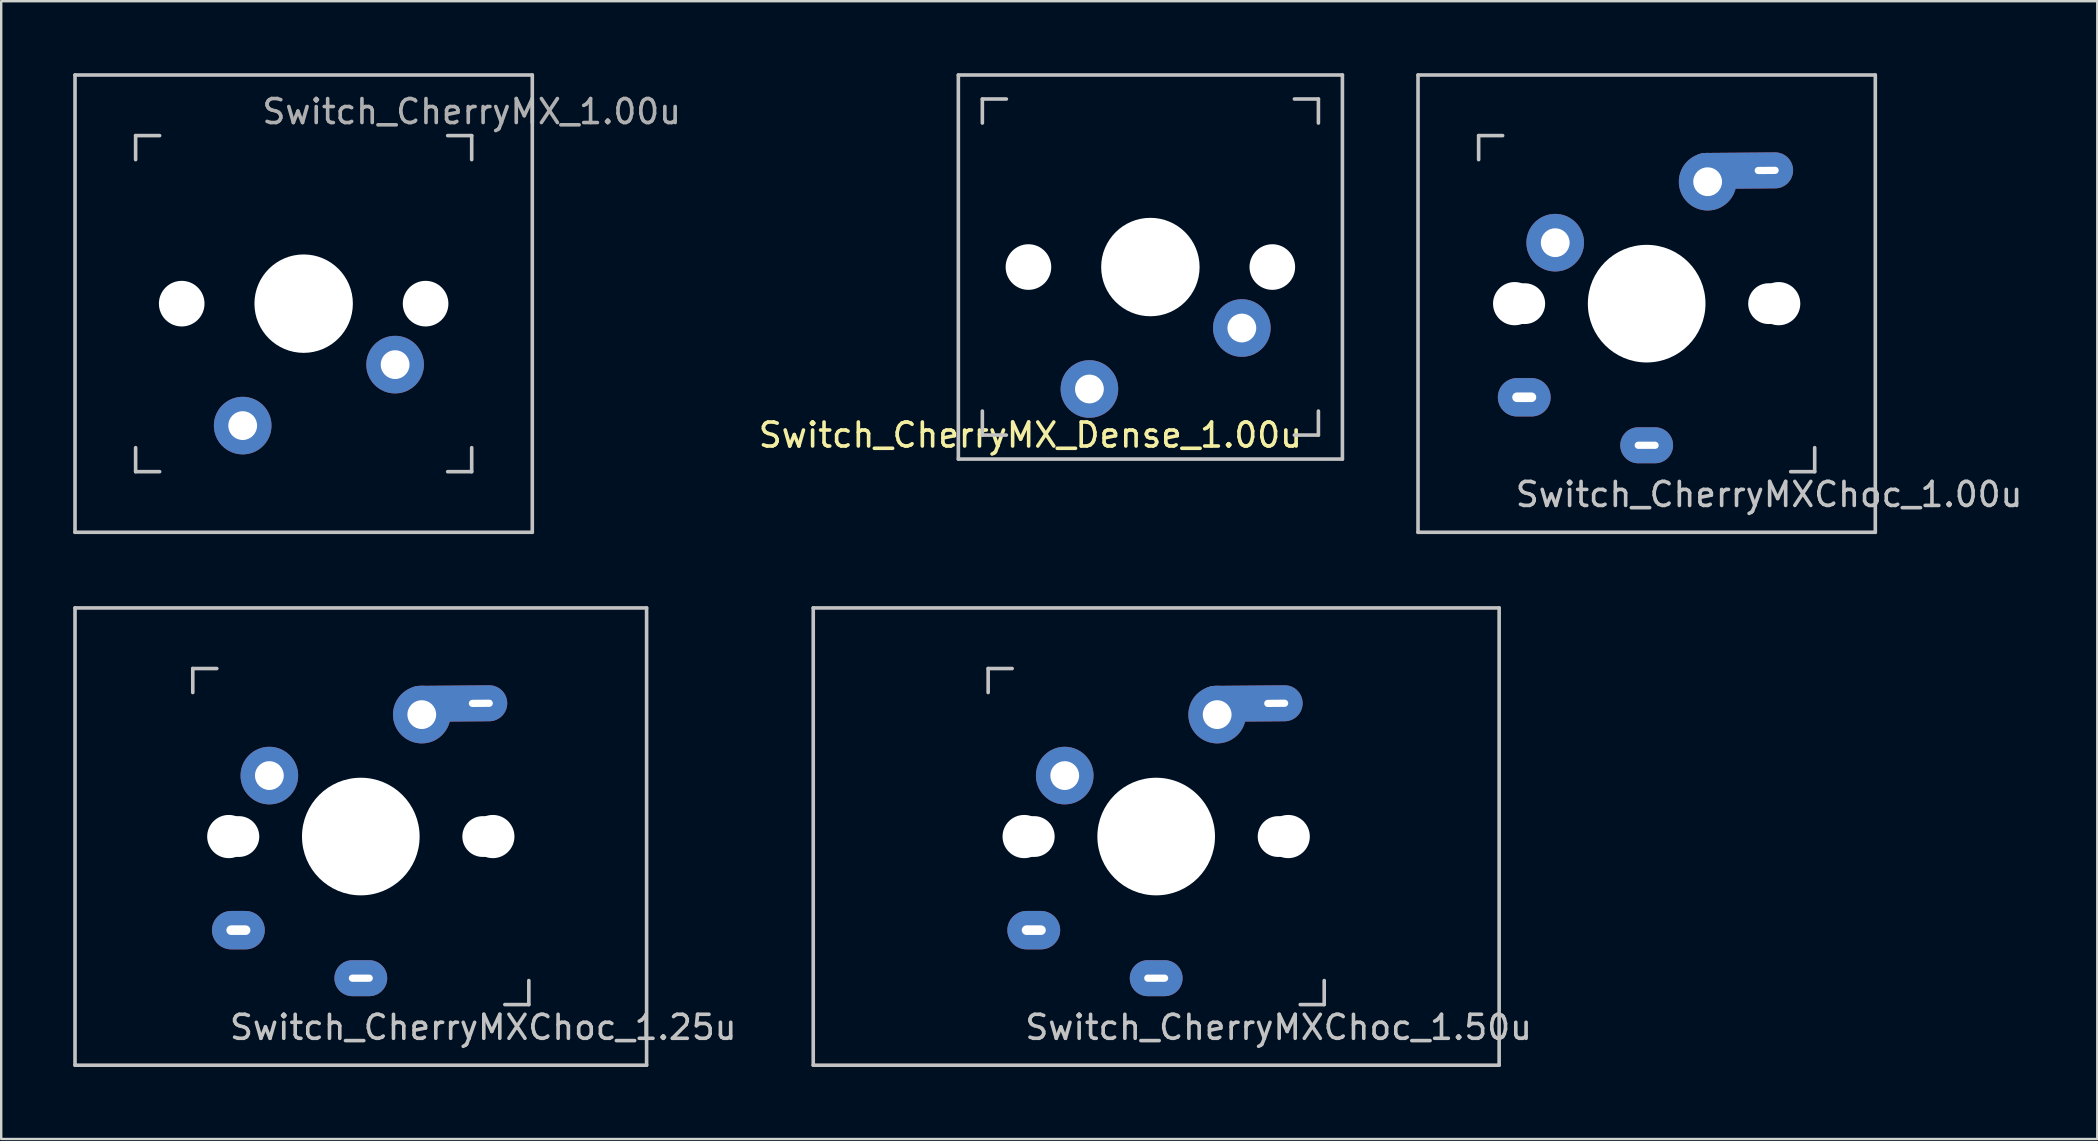
<source format=kicad_pcb>
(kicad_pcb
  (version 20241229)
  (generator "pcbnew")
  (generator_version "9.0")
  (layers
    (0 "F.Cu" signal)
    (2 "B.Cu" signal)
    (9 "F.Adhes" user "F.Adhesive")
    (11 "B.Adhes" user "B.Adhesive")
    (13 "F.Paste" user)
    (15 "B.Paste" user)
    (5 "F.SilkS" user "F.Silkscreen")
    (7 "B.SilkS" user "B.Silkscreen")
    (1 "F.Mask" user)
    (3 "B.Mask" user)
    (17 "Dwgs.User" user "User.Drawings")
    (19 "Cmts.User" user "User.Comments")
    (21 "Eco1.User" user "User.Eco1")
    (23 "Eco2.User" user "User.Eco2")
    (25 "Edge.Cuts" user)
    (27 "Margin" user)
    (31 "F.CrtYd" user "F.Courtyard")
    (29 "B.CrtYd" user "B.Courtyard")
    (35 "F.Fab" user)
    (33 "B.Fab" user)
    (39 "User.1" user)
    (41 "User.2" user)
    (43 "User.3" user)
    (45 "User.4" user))
  (footprint "Switch_CherryMXChoc_1.00u"
    (layer "F.Cu")
    (at 65.549 9.6)
    (property "Reference" "Switch_CherryMXChoc_1.00u" (at 5.1 7.95 180) (layer "Dwgs.User") (effects (font (size 1 1) (thickness 0.15))))
    (attr through_hole)
    (fp_line (start -9.525 -9.525) (end 9.525 -9.525) (stroke (width 0.15) (type solid)) (layer "Dwgs.User"))
    (fp_line (start -9.525 9.525) (end -9.525 -9.525) (stroke (width 0.15) (type solid)) (layer "Dwgs.User"))
    (fp_line (start -7 -7) (end -6 -7) (stroke (width 0.15) (type solid)) (layer "Dwgs.User"))
    (fp_line (start -7 -6) (end -7 -7) (stroke (width 0.15) (type solid)) (layer "Dwgs.User"))
    (fp_line (start 6 7) (end 7 7) (stroke (width 0.15) (type solid)) (layer "Dwgs.User"))
    (fp_line (start 7 7) (end 7 6) (stroke (width 0.15) (type solid)) (layer "Dwgs.User"))
    (fp_line (start 9.525 -9.525) (end 9.525 9.525) (stroke (width 0.15) (type solid)) (layer "Dwgs.User"))
    (fp_line (start 9.525 9.525) (end -9.525 9.525) (stroke (width 0.15) (type solid)) (layer "Dwgs.User"))
    (pad "" np_thru_hole circle (at -5.5 0 90) (size 1.8 1.8) (drill 1.8) (layers "*.Cu" "*.Mask"))
    (pad "" np_thru_hole circle (at -5.08 0) (size 1.7 1.7) (drill 1.7) (layers "*.Cu" "*.Mask"))
    (pad "" np_thru_hole circle (at 0 0 90) (size 4.9 4.9) (drill 4.9) (layers "*.Cu" "*.Mask"))
    (pad "" np_thru_hole circle (at 5.08 0) (size 1.7 1.7) (drill 1.7) (layers "*.Cu" "*.Mask"))
    (pad "" np_thru_hole circle (at 5.5 0 90) (size 1.8 1.8) (drill 1.8) (layers "*.Cu" "*.Mask"))
    (pad "1" thru_hole oval (at -5.1 3.9) (size 2.2 1.6) (drill oval 1 0.4) (layers "*.Cu" "B.Mask"))
    (pad "1" thru_hole circle (at -3.81 -2.54) (size 2.4 2.4) (drill 1.2) (layers "*.Cu" "B.Mask"))
    (pad "2" thru_hole oval (at 0 5.9) (size 2.2 1.5) (drill oval 1 0.3) (layers "*.Cu" "B.Mask"))
    (pad "2" thru_hole circle (at 2.54 -5.08) (size 2.4 2.4) (drill 1.2) (layers "*.Cu" "B.Mask"))
    (pad "2" thru_hole oval (at 5 -5.55 0.5) (size 4.4 1.5) (drill oval 1 0.3 (offset -1.1 0)) (layers "*.Cu" "B.Mask")))
  (footprint "Switch_CherryMX_1.00u"
    (layer "F.Cu")
    (at 9.6 9.6)
    (property "Reference" "Switch_CherryMX_1.00u" (at 7 -8 0) (layer "F.Fab") (effects (font (size 1 1) (thickness 0.15))))
    (attr through_hole)
    (fp_line (start -9.525 -9.525) (end 9.525 -9.525) (stroke (width 0.15) (type solid)) (layer "Dwgs.User"))
    (fp_line (start -9.525 9.525) (end -9.525 -9.525) (stroke (width 0.15) (type solid)) (layer "Dwgs.User"))
    (fp_line (start -7 -7) (end -7 -6) (stroke (width 0.15) (type solid)) (layer "Dwgs.User"))
    (fp_line (start -7 7) (end -7 6) (stroke (width 0.15) (type solid)) (layer "Dwgs.User"))
    (fp_line (start -7 7) (end -6 7) (stroke (width 0.15) (type solid)) (layer "Dwgs.User"))
    (fp_line (start -6 -7) (end -7 -7) (stroke (width 0.15) (type solid)) (layer "Dwgs.User"))
    (fp_line (start 7 -7) (end 6 -7) (stroke (width 0.15) (type solid)) (layer "Dwgs.User"))
    (fp_line (start 7 -6) (end 7 -7) (stroke (width 0.15) (type solid)) (layer "Dwgs.User"))
    (fp_line (start 7 6) (end 7 7) (stroke (width 0.15) (type solid)) (layer "Dwgs.User"))
    (fp_line (start 7 7) (end 6 7) (stroke (width 0.15) (type solid)) (layer "Dwgs.User"))
    (fp_line (start 9.525 -9.525) (end 9.525 9.525) (stroke (width 0.15) (type solid)) (layer "Dwgs.User"))
    (fp_line (start 9.525 9.525) (end -9.525 9.525) (stroke (width 0.15) (type solid)) (layer "Dwgs.User"))
    (pad "" np_thru_hole circle (at -5.08 0 180) (size 1.9 1.9) (drill 1.9) (layers "*.Cu" "*.Mask"))
    (pad "" np_thru_hole circle (at 0 0) (size 4.1 4.1) (drill 4.1) (layers "*.Cu" "*.Mask"))
    (pad "" np_thru_hole circle (at 5.08 0 180) (size 1.9 1.9) (drill 1.9) (layers "*.Cu" "*.Mask"))
    (pad "1" thru_hole circle (at -2.54 5.08 180) (size 2.4 2.4) (drill 1.2) (layers "*.Cu" "B.Mask"))
    (pad "2" thru_hole circle (at 3.81 2.54 180) (size 2.4 2.4) (drill 1.2) (layers "*.Cu" "B.Mask")))
  (footprint "Switch_CherryMXChoc_1.50u"
    (layer "F.Cu")
    (at 45.116 31.8)
    (property "Reference" "Switch_CherryMXChoc_1.50u" (at 5.1 7.95 180) (layer "Dwgs.User") (effects (font (size 1 1) (thickness 0.15))))
    (attr through_hole)
    (fp_line (start -14.287 -9.525) (end 14.287 -9.525) (stroke (width 0.15) (type solid)) (layer "Dwgs.User"))
    (fp_line (start -14.287 9.525) (end -14.287 -9.525) (stroke (width 0.15) (type solid)) (layer "Dwgs.User"))
    (fp_line (start -7 -7) (end -6 -7) (stroke (width 0.15) (type solid)) (layer "Dwgs.User"))
    (fp_line (start -7 -6) (end -7 -7) (stroke (width 0.15) (type solid)) (layer "Dwgs.User"))
    (fp_line (start 6 7) (end 7 7) (stroke (width 0.15) (type solid)) (layer "Dwgs.User"))
    (fp_line (start 7 7) (end 7 6) (stroke (width 0.15) (type solid)) (layer "Dwgs.User"))
    (fp_line (start 14.287 -9.525) (end 14.287 9.525) (stroke (width 0.15) (type solid)) (layer "Dwgs.User"))
    (fp_line (start 14.287 9.525) (end -14.287 9.525) (stroke (width 0.15) (type solid)) (layer "Dwgs.User"))
    (pad "" np_thru_hole circle (at -5.5 0 90) (size 1.8 1.8) (drill 1.8) (layers "*.Cu" "*.Mask"))
    (pad "" np_thru_hole circle (at -5.08 0) (size 1.7 1.7) (drill 1.7) (layers "*.Cu" "*.Mask"))
    (pad "" np_thru_hole circle (at 0 0 90) (size 4.9 4.9) (drill 4.9) (layers "*.Cu" "*.Mask"))
    (pad "" np_thru_hole circle (at 5.08 0) (size 1.7 1.7) (drill 1.7) (layers "*.Cu" "*.Mask"))
    (pad "" np_thru_hole circle (at 5.5 0 90) (size 1.8 1.8) (drill 1.8) (layers "*.Cu" "*.Mask"))
    (pad "1" thru_hole oval (at -5.1 3.9) (size 2.2 1.6) (drill oval 1 0.4) (layers "*.Cu" "B.Mask"))
    (pad "1" thru_hole circle (at -3.81 -2.54) (size 2.4 2.4) (drill 1.2) (layers "*.Cu" "B.Mask"))
    (pad "2" thru_hole oval (at 0 5.9) (size 2.2 1.5) (drill oval 1 0.3) (layers "*.Cu" "B.Mask"))
    (pad "2" thru_hole circle (at 2.54 -5.08) (size 2.4 2.4) (drill 1.2) (layers "*.Cu" "B.Mask"))
    (pad "2" thru_hole oval (at 5 -5.55 0.5) (size 4.4 1.5) (drill oval 1 0.3 (offset -1.1 0)) (layers "*.Cu" "B.Mask")))
  (footprint "Switch_CherryMXChoc_1.25u"
    (layer "F.Cu")
    (at 11.981 31.8)
    (property "Reference" "Switch_CherryMXChoc_1.25u" (at 5.1 7.95 180) (layer "Dwgs.User") (effects (font (size 1 1) (thickness 0.15))))
    (attr through_hole)
    (fp_line (start -11.906 -9.525) (end 11.906 -9.525) (stroke (width 0.15) (type solid)) (layer "Dwgs.User"))
    (fp_line (start -11.906 9.525) (end -11.906 -9.525) (stroke (width 0.15) (type solid)) (layer "Dwgs.User"))
    (fp_line (start -7 -7) (end -6 -7) (stroke (width 0.15) (type solid)) (layer "Dwgs.User"))
    (fp_line (start -7 -6) (end -7 -7) (stroke (width 0.15) (type solid)) (layer "Dwgs.User"))
    (fp_line (start 6 7) (end 7 7) (stroke (width 0.15) (type solid)) (layer "Dwgs.User"))
    (fp_line (start 7 7) (end 7 6) (stroke (width 0.15) (type solid)) (layer "Dwgs.User"))
    (fp_line (start 11.906 -9.525) (end 11.906 9.525) (stroke (width 0.15) (type solid)) (layer "Dwgs.User"))
    (fp_line (start 11.906 9.525) (end -11.906 9.525) (stroke (width 0.15) (type solid)) (layer "Dwgs.User"))
    (pad "" np_thru_hole circle (at -5.5 0 90) (size 1.8 1.8) (drill 1.8) (layers "*.Cu" "*.Mask"))
    (pad "" np_thru_hole circle (at -5.08 0) (size 1.7 1.7) (drill 1.7) (layers "*.Cu" "*.Mask"))
    (pad "" np_thru_hole circle (at 0 0 90) (size 4.9 4.9) (drill 4.9) (layers "*.Cu" "*.Mask"))
    (pad "" np_thru_hole circle (at 5.08 0) (size 1.7 1.7) (drill 1.7) (layers "*.Cu" "*.Mask"))
    (pad "" np_thru_hole circle (at 5.5 0 90) (size 1.8 1.8) (drill 1.8) (layers "*.Cu" "*.Mask"))
    (pad "1" thru_hole oval (at -5.1 3.9) (size 2.2 1.6) (drill oval 1 0.4) (layers "*.Cu" "B.Mask"))
    (pad "1" thru_hole circle (at -3.81 -2.54) (size 2.4 2.4) (drill 1.2) (layers "*.Cu" "B.Mask"))
    (pad "2" thru_hole oval (at 0 5.9) (size 2.2 1.5) (drill oval 1 0.3) (layers "*.Cu" "B.Mask"))
    (pad "2" thru_hole circle (at 2.54 -5.08) (size 2.4 2.4) (drill 1.2) (layers "*.Cu" "B.Mask"))
    (pad "2" thru_hole oval (at 5 -5.55 0.5) (size 4.4 1.5) (drill oval 1 0.3 (offset -1.1 0)) (layers "*.Cu" "B.Mask")))
  (footprint "Switch_CherryMX_Dense_1.00u"
    (layer "F.Cu")
    (at 44.874 8.075)
    (property "Reference" "Switch_CherryMX_Dense_1.00u" (at -5 7 180) (layer "F.SilkS") (effects (font (size 1 1) (thickness 0.15))))
    (attr through_hole)
    (fp_line (start -8 -8) (end 8 -8) (stroke (width 0.15) (type solid)) (layer "Dwgs.User"))
    (fp_line (start -8 8) (end -8 -8) (stroke (width 0.15) (type solid)) (layer "Dwgs.User"))
    (fp_line (start -7 -7) (end -6 -7) (stroke (width 0.15) (type solid)) (layer "Dwgs.User"))
    (fp_line (start -7 -6) (end -7 -7) (stroke (width 0.15) (type solid)) (layer "Dwgs.User"))
    (fp_line (start -7 6) (end -7 7) (stroke (width 0.15) (type solid)) (layer "Dwgs.User"))
    (fp_line (start -7 7) (end -6 7) (stroke (width 0.15) (type solid)) (layer "Dwgs.User"))
    (fp_line (start 6 7) (end 7 7) (stroke (width 0.15) (type solid)) (layer "Dwgs.User"))
    (fp_line (start 7 -7) (end 6 -7) (stroke (width 0.15) (type solid)) (layer "Dwgs.User"))
    (fp_line (start 7 -7) (end 7 -6) (stroke (width 0.15) (type solid)) (layer "Dwgs.User"))
    (fp_line (start 7 7) (end 7 6) (stroke (width 0.15) (type solid)) (layer "Dwgs.User"))
    (fp_line (start 8 -8) (end 8 8) (stroke (width 0.15) (type solid)) (layer "Dwgs.User"))
    (fp_line (start 8 8) (end -8 8) (stroke (width 0.15) (type solid)) (layer "Dwgs.User"))
    (pad "" np_thru_hole circle (at -5.08 0) (size 1.9 1.9) (drill 1.9) (layers "*.Cu" "*.Mask"))
    (pad "" np_thru_hole circle (at 0 0 180) (size 4.1 4.1) (drill 4.1) (layers "*.Cu" "*.Mask"))
    (pad "" np_thru_hole circle (at 5.08 0) (size 1.9 1.9) (drill 1.9) (layers "*.Cu" "*.Mask"))
    (pad "1" thru_hole circle (at -2.54 5.08 180) (size 2.4 2.4) (drill 1.2) (layers "*.Cu" "B.Mask"))
    (pad "2" thru_hole circle (at 3.81 2.54 180) (size 2.4 2.4) (drill 1.2) (layers "*.Cu" "B.Mask")))
  (gr_rect
    (start -3 -3)
    (end 84.321 44.4)
    (stroke (width 0.1) (type default))
    (fill no)
    (layer "Edge.Cuts")))
</source>
